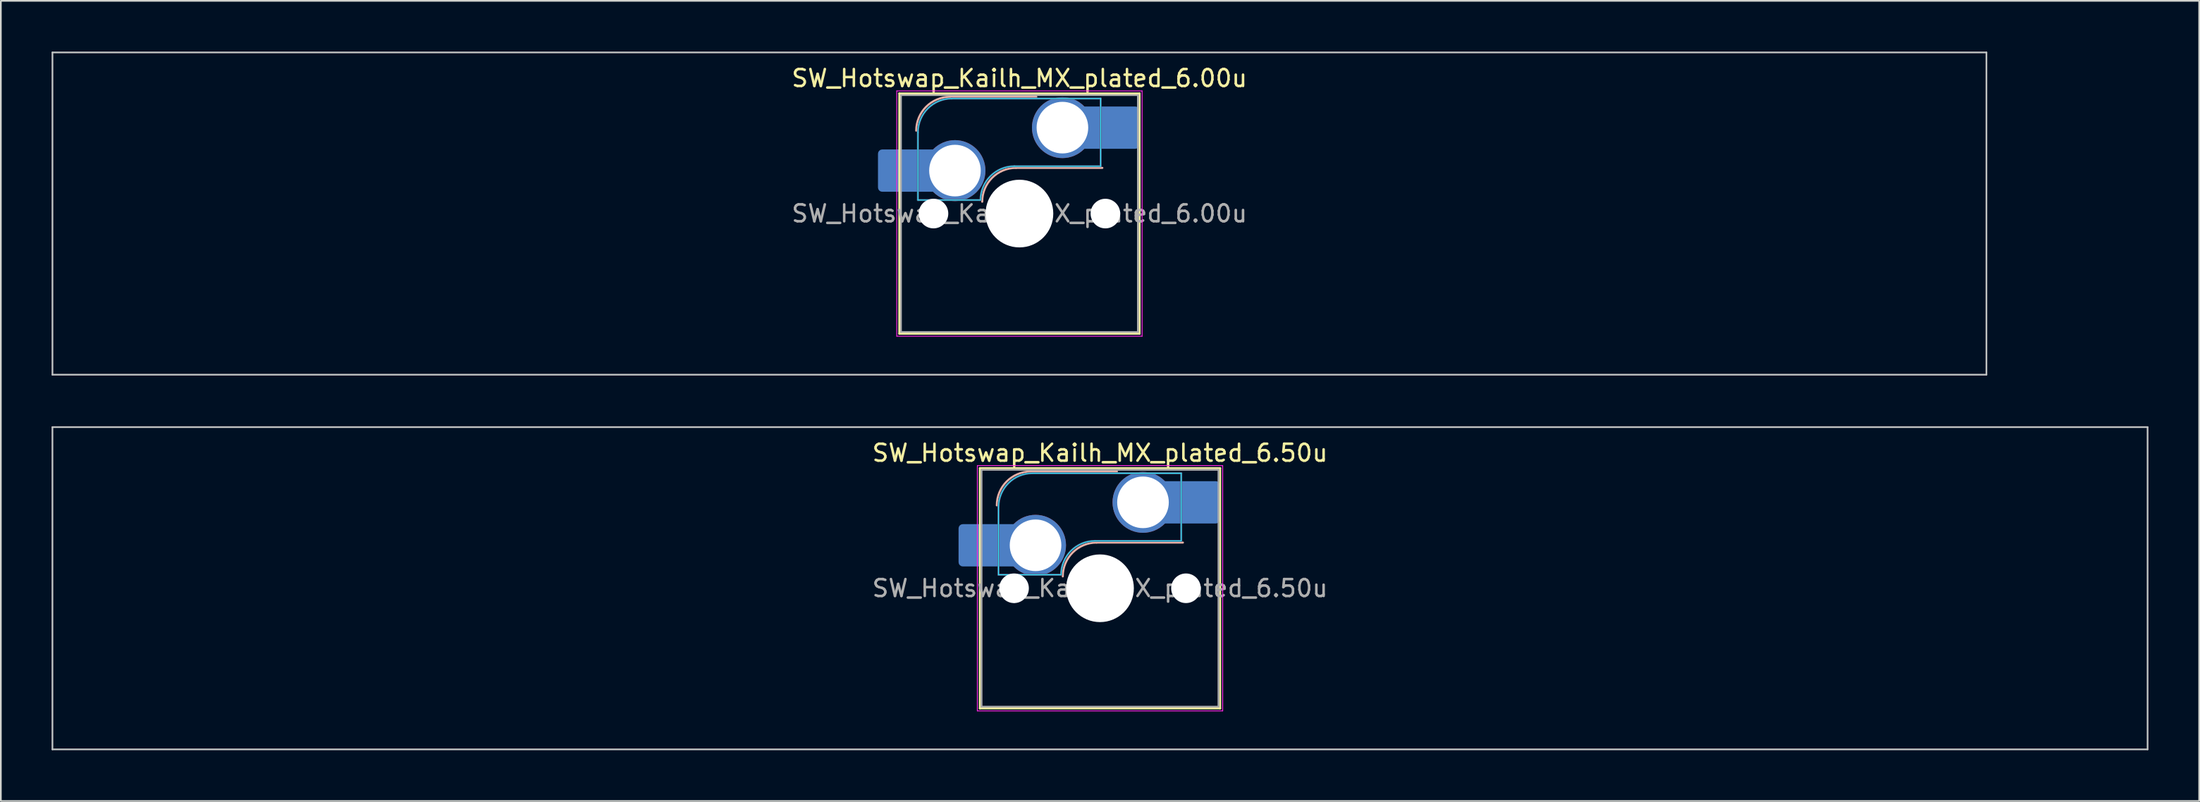
<source format=kicad_pcb>
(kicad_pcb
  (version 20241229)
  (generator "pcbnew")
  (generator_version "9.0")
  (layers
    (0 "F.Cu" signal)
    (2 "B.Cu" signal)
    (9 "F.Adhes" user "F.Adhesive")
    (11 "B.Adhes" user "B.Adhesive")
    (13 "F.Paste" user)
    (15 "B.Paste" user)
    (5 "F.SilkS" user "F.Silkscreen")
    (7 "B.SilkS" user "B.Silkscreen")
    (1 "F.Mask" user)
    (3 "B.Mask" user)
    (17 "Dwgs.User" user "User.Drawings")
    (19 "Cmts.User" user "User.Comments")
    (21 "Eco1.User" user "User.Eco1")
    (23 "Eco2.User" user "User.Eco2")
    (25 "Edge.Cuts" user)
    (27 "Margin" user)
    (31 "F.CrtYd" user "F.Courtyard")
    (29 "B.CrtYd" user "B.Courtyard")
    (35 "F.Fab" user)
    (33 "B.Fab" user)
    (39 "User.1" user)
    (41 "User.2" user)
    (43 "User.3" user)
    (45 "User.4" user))
  (footprint "SW_Hotswap_Kailh_MX_plated_6.50u"
    (layer "F.Cu")
    (at 61.962 31.725)
    (property "Reference" "SW_Hotswap_Kailh_MX_plated_6.50u" (at 0 -8 0) (layer "F.SilkS") (effects (font (size 1 1) (thickness 0.15))))
    (attr smd)
    (fp_line (start -7.1 -7.1) (end -7.1 7.1) (stroke (width 0.12) (type solid)) (layer "F.SilkS"))
    (fp_line (start -7.1 7.1) (end 7.1 7.1) (stroke (width 0.12) (type solid)) (layer "F.SilkS"))
    (fp_line (start 7.1 -7.1) (end -7.1 -7.1) (stroke (width 0.12) (type solid)) (layer "F.SilkS"))
    (fp_line (start 7.1 7.1) (end 7.1 -7.1) (stroke (width 0.12) (type solid)) (layer "F.SilkS"))
    (fp_line (start -4.1 -6.9) (end 1 -6.9) (stroke (width 0.12) (type solid)) (layer "B.SilkS"))
    (fp_line (start -0.2 -2.7) (end 4.9 -2.7) (stroke (width 0.12) (type solid)) (layer "B.SilkS"))
    (fp_arc (start -6.1 -4.9) (mid -5.514214 -6.314214) (end -4.1 -6.9) (stroke (width 0.12) (type solid)) (layer "B.SilkS"))
    (fp_arc (start -2.2 -0.7) (mid -1.614214 -2.114214) (end -0.2 -2.7) (stroke (width 0.12) (type solid)) (layer "B.SilkS"))
    (fp_line (start -61.913 -9.525) (end -61.913 9.525) (stroke (width 0.1) (type solid)) (layer "Dwgs.User"))
    (fp_line (start -61.913 9.525) (end 61.913 9.525) (stroke (width 0.1) (type solid)) (layer "Dwgs.User"))
    (fp_line (start 61.913 -9.525) (end -61.913 -9.525) (stroke (width 0.1) (type solid)) (layer "Dwgs.User"))
    (fp_line (start 61.913 9.525) (end 61.913 -9.525) (stroke (width 0.1) (type solid)) (layer "Dwgs.User"))
    (fp_line (start -7.8 -6) (end -7 -6) (stroke (width 0.1) (type solid)) (layer "Eco1.User"))
    (fp_line (start -7.8 -2.9) (end -7.8 -6) (stroke (width 0.1) (type solid)) (layer "Eco1.User"))
    (fp_line (start -7.8 2.9) (end -7 2.9) (stroke (width 0.1) (type solid)) (layer "Eco1.User"))
    (fp_line (start -7.8 6) (end -7.8 2.9) (stroke (width 0.1) (type solid)) (layer "Eco1.User"))
    (fp_line (start -7 -7) (end 7 -7) (stroke (width 0.1) (type solid)) (layer "Eco1.User"))
    (fp_line (start -7 -6) (end -7 -7) (stroke (width 0.1) (type solid)) (layer "Eco1.User"))
    (fp_line (start -7 -2.9) (end -7.8 -2.9) (stroke (width 0.1) (type solid)) (layer "Eco1.User"))
    (fp_line (start -7 2.9) (end -7 -2.9) (stroke (width 0.1) (type solid)) (layer "Eco1.User"))
    (fp_line (start -7 6) (end -7.8 6) (stroke (width 0.1) (type solid)) (layer "Eco1.User"))
    (fp_line (start -7 7) (end -7 6) (stroke (width 0.1) (type solid)) (layer "Eco1.User"))
    (fp_line (start 7 -7) (end 7 -6) (stroke (width 0.1) (type solid)) (layer "Eco1.User"))
    (fp_line (start 7 -6) (end 7.8 -6) (stroke (width 0.1) (type solid)) (layer "Eco1.User"))
    (fp_line (start 7 -2.9) (end 7 2.9) (stroke (width 0.1) (type solid)) (layer "Eco1.User"))
    (fp_line (start 7 2.9) (end 7.8 2.9) (stroke (width 0.1) (type solid)) (layer "Eco1.User"))
    (fp_line (start 7 6) (end 7 7) (stroke (width 0.1) (type solid)) (layer "Eco1.User"))
    (fp_line (start 7 7) (end -7 7) (stroke (width 0.1) (type solid)) (layer "Eco1.User"))
    (fp_line (start 7.8 -6) (end 7.8 -2.9) (stroke (width 0.1) (type solid)) (layer "Eco1.User"))
    (fp_line (start 7.8 -2.9) (end 7 -2.9) (stroke (width 0.1) (type solid)) (layer "Eco1.User"))
    (fp_line (start 7.8 2.9) (end 7.8 6) (stroke (width 0.1) (type solid)) (layer "Eco1.User"))
    (fp_line (start 7.8 6) (end 7 6) (stroke (width 0.1) (type solid)) (layer "Eco1.User"))
    (fp_line (start -6 -0.8) (end -6 -4.8) (stroke (width 0.05) (type solid)) (layer "B.CrtYd"))
    (fp_line (start -6 -0.8) (end -2.3 -0.8) (stroke (width 0.05) (type solid)) (layer "B.CrtYd"))
    (fp_line (start -4 -6.8) (end 4.8 -6.8) (stroke (width 0.05) (type solid)) (layer "B.CrtYd"))
    (fp_line (start -0.3 -2.8) (end 4.8 -2.8) (stroke (width 0.05) (type solid)) (layer "B.CrtYd"))
    (fp_line (start 4.8 -6.8) (end 4.8 -2.8) (stroke (width 0.05) (type solid)) (layer "B.CrtYd"))
    (fp_arc (start -6 -4.8) (mid -5.414214 -6.214214) (end -4 -6.8) (stroke (width 0.05) (type solid)) (layer "B.CrtYd"))
    (fp_arc (start -2.3 -0.8) (mid -1.714214 -2.214214) (end -0.3 -2.8) (stroke (width 0.05) (type solid)) (layer "B.CrtYd"))
    (fp_line (start -7.25 -7.25) (end -7.25 7.25) (stroke (width 0.05) (type solid)) (layer "F.CrtYd"))
    (fp_line (start -7.25 7.25) (end 7.25 7.25) (stroke (width 0.05) (type solid)) (layer "F.CrtYd"))
    (fp_line (start 7.25 -7.25) (end -7.25 -7.25) (stroke (width 0.05) (type solid)) (layer "F.CrtYd"))
    (fp_line (start 7.25 7.25) (end 7.25 -7.25) (stroke (width 0.05) (type solid)) (layer "F.CrtYd"))
    (fp_line (start -6 -0.8) (end -6 -4.8) (stroke (width 0.12) (type solid)) (layer "B.Fab"))
    (fp_line (start -6 -0.8) (end -2.3 -0.8) (stroke (width 0.12) (type solid)) (layer "B.Fab"))
    (fp_line (start -4 -6.8) (end 4.8 -6.8) (stroke (width 0.12) (type solid)) (layer "B.Fab"))
    (fp_line (start -0.3 -2.8) (end 4.8 -2.8) (stroke (width 0.12) (type solid)) (layer "B.Fab"))
    (fp_line (start 4.8 -6.8) (end 4.8 -2.8) (stroke (width 0.12) (type solid)) (layer "B.Fab"))
    (fp_arc (start -6 -4.8) (mid -5.414214 -6.214214) (end -4 -6.8) (stroke (width 0.12) (type solid)) (layer "B.Fab"))
    (fp_arc (start -2.3 -0.8) (mid -1.714214 -2.214214) (end -0.3 -2.8) (stroke (width 0.12) (type solid)) (layer "B.Fab"))
    (fp_line (start -7 -7) (end -7 7) (stroke (width 0.1) (type solid)) (layer "F.Fab"))
    (fp_line (start -7 7) (end 7 7) (stroke (width 0.1) (type solid)) (layer "F.Fab"))
    (fp_line (start 7 -7) (end -7 -7) (stroke (width 0.1) (type solid)) (layer "F.Fab"))
    (fp_line (start 7 7) (end 7 -7) (stroke (width 0.1) (type solid)) (layer "F.Fab"))
    (fp_text user "${REFERENCE}" (at 0 0 0) (layer "F.Fab") (effects (font (size 1 1) (thickness 0.15))))
    (pad "" smd roundrect (at -7.085 -2.54) (size 2.55 2.5) (layers "B.Mask" "B.Paste") (roundrect_rratio 0.1))
    (pad "" np_thru_hole circle (at -5.08 0) (size 1.75 1.75) (drill 1.75) (layers "*.Cu" "*.Mask"))
    (pad "" smd circle (at -3.81 -2.54) (size 3.1 3.1) (layers "F.Mask"))
    (pad "" np_thru_hole circle (at 0 0) (size 4 4) (drill 4) (layers "*.Cu" "*.Mask"))
    (pad "" smd circle (at 2.54 -5.08) (size 3.1 3.1) (layers "F.Mask"))
    (pad "" np_thru_hole circle (at 5.08 0) (size 1.75 1.75) (drill 1.75) (layers "*.Cu" "*.Mask"))
    (pad "" smd roundrect (at 5.842 -5.08) (size 2.55 2.5) (layers "B.Mask" "B.Paste") (roundrect_rratio 0.1))
    (pad "1" smd roundrect (at -6.585 -2.54) (size 3.55 2.5) (layers "B.Cu") (roundrect_rratio 0.1))
    (pad "1" thru_hole circle (at -3.81 -2.54) (size 3.6 3.6) (drill 3.05) (layers "*.Cu" "B.Mask"))
    (pad "2" thru_hole circle (at 2.54 -5.08) (size 3.6 3.6) (drill 3.05) (layers "*.Cu" "B.Mask"))
    (pad "2" smd roundrect (at 5.32 -5.08) (size 3.55 2.5) (layers "B.Cu") (roundrect_rratio 0.1)))
  (footprint "SW_Hotswap_Kailh_MX_plated_6.00u"
    (layer "F.Cu")
    (at 57.2 9.575)
    (property "Reference" "SW_Hotswap_Kailh_MX_plated_6.00u" (at 0 -8 0) (layer "F.SilkS") (effects (font (size 1 1) (thickness 0.15))))
    (attr smd)
    (fp_line (start -7.1 -7.1) (end -7.1 7.1) (stroke (width 0.12) (type solid)) (layer "F.SilkS"))
    (fp_line (start -7.1 7.1) (end 7.1 7.1) (stroke (width 0.12) (type solid)) (layer "F.SilkS"))
    (fp_line (start 7.1 -7.1) (end -7.1 -7.1) (stroke (width 0.12) (type solid)) (layer "F.SilkS"))
    (fp_line (start 7.1 7.1) (end 7.1 -7.1) (stroke (width 0.12) (type solid)) (layer "F.SilkS"))
    (fp_line (start -4.1 -6.9) (end 1 -6.9) (stroke (width 0.12) (type solid)) (layer "B.SilkS"))
    (fp_line (start -0.2 -2.7) (end 4.9 -2.7) (stroke (width 0.12) (type solid)) (layer "B.SilkS"))
    (fp_arc (start -6.1 -4.9) (mid -5.514214 -6.314214) (end -4.1 -6.9) (stroke (width 0.12) (type solid)) (layer "B.SilkS"))
    (fp_arc (start -2.2 -0.7) (mid -1.614214 -2.114214) (end -0.2 -2.7) (stroke (width 0.12) (type solid)) (layer "B.SilkS"))
    (fp_line (start -57.15 -9.525) (end -57.15 9.525) (stroke (width 0.1) (type solid)) (layer "Dwgs.User"))
    (fp_line (start -57.15 9.525) (end 57.15 9.525) (stroke (width 0.1) (type solid)) (layer "Dwgs.User"))
    (fp_line (start 57.15 -9.525) (end -57.15 -9.525) (stroke (width 0.1) (type solid)) (layer "Dwgs.User"))
    (fp_line (start 57.15 9.525) (end 57.15 -9.525) (stroke (width 0.1) (type solid)) (layer "Dwgs.User"))
    (fp_line (start -7.8 -6) (end -7 -6) (stroke (width 0.1) (type solid)) (layer "Eco1.User"))
    (fp_line (start -7.8 -2.9) (end -7.8 -6) (stroke (width 0.1) (type solid)) (layer "Eco1.User"))
    (fp_line (start -7.8 2.9) (end -7 2.9) (stroke (width 0.1) (type solid)) (layer "Eco1.User"))
    (fp_line (start -7.8 6) (end -7.8 2.9) (stroke (width 0.1) (type solid)) (layer "Eco1.User"))
    (fp_line (start -7 -7) (end 7 -7) (stroke (width 0.1) (type solid)) (layer "Eco1.User"))
    (fp_line (start -7 -6) (end -7 -7) (stroke (width 0.1) (type solid)) (layer "Eco1.User"))
    (fp_line (start -7 -2.9) (end -7.8 -2.9) (stroke (width 0.1) (type solid)) (layer "Eco1.User"))
    (fp_line (start -7 2.9) (end -7 -2.9) (stroke (width 0.1) (type solid)) (layer "Eco1.User"))
    (fp_line (start -7 6) (end -7.8 6) (stroke (width 0.1) (type solid)) (layer "Eco1.User"))
    (fp_line (start -7 7) (end -7 6) (stroke (width 0.1) (type solid)) (layer "Eco1.User"))
    (fp_line (start 7 -7) (end 7 -6) (stroke (width 0.1) (type solid)) (layer "Eco1.User"))
    (fp_line (start 7 -6) (end 7.8 -6) (stroke (width 0.1) (type solid)) (layer "Eco1.User"))
    (fp_line (start 7 -2.9) (end 7 2.9) (stroke (width 0.1) (type solid)) (layer "Eco1.User"))
    (fp_line (start 7 2.9) (end 7.8 2.9) (stroke (width 0.1) (type solid)) (layer "Eco1.User"))
    (fp_line (start 7 6) (end 7 7) (stroke (width 0.1) (type solid)) (layer "Eco1.User"))
    (fp_line (start 7 7) (end -7 7) (stroke (width 0.1) (type solid)) (layer "Eco1.User"))
    (fp_line (start 7.8 -6) (end 7.8 -2.9) (stroke (width 0.1) (type solid)) (layer "Eco1.User"))
    (fp_line (start 7.8 -2.9) (end 7 -2.9) (stroke (width 0.1) (type solid)) (layer "Eco1.User"))
    (fp_line (start 7.8 2.9) (end 7.8 6) (stroke (width 0.1) (type solid)) (layer "Eco1.User"))
    (fp_line (start 7.8 6) (end 7 6) (stroke (width 0.1) (type solid)) (layer "Eco1.User"))
    (fp_line (start -6 -0.8) (end -6 -4.8) (stroke (width 0.05) (type solid)) (layer "B.CrtYd"))
    (fp_line (start -6 -0.8) (end -2.3 -0.8) (stroke (width 0.05) (type solid)) (layer "B.CrtYd"))
    (fp_line (start -4 -6.8) (end 4.8 -6.8) (stroke (width 0.05) (type solid)) (layer "B.CrtYd"))
    (fp_line (start -0.3 -2.8) (end 4.8 -2.8) (stroke (width 0.05) (type solid)) (layer "B.CrtYd"))
    (fp_line (start 4.8 -6.8) (end 4.8 -2.8) (stroke (width 0.05) (type solid)) (layer "B.CrtYd"))
    (fp_arc (start -6 -4.8) (mid -5.414214 -6.214214) (end -4 -6.8) (stroke (width 0.05) (type solid)) (layer "B.CrtYd"))
    (fp_arc (start -2.3 -0.8) (mid -1.714214 -2.214214) (end -0.3 -2.8) (stroke (width 0.05) (type solid)) (layer "B.CrtYd"))
    (fp_line (start -7.25 -7.25) (end -7.25 7.25) (stroke (width 0.05) (type solid)) (layer "F.CrtYd"))
    (fp_line (start -7.25 7.25) (end 7.25 7.25) (stroke (width 0.05) (type solid)) (layer "F.CrtYd"))
    (fp_line (start 7.25 -7.25) (end -7.25 -7.25) (stroke (width 0.05) (type solid)) (layer "F.CrtYd"))
    (fp_line (start 7.25 7.25) (end 7.25 -7.25) (stroke (width 0.05) (type solid)) (layer "F.CrtYd"))
    (fp_line (start -6 -0.8) (end -6 -4.8) (stroke (width 0.12) (type solid)) (layer "B.Fab"))
    (fp_line (start -6 -0.8) (end -2.3 -0.8) (stroke (width 0.12) (type solid)) (layer "B.Fab"))
    (fp_line (start -4 -6.8) (end 4.8 -6.8) (stroke (width 0.12) (type solid)) (layer "B.Fab"))
    (fp_line (start -0.3 -2.8) (end 4.8 -2.8) (stroke (width 0.12) (type solid)) (layer "B.Fab"))
    (fp_line (start 4.8 -6.8) (end 4.8 -2.8) (stroke (width 0.12) (type solid)) (layer "B.Fab"))
    (fp_arc (start -6 -4.8) (mid -5.414214 -6.214214) (end -4 -6.8) (stroke (width 0.12) (type solid)) (layer "B.Fab"))
    (fp_arc (start -2.3 -0.8) (mid -1.714214 -2.214214) (end -0.3 -2.8) (stroke (width 0.12) (type solid)) (layer "B.Fab"))
    (fp_line (start -7 -7) (end -7 7) (stroke (width 0.1) (type solid)) (layer "F.Fab"))
    (fp_line (start -7 7) (end 7 7) (stroke (width 0.1) (type solid)) (layer "F.Fab"))
    (fp_line (start 7 -7) (end -7 -7) (stroke (width 0.1) (type solid)) (layer "F.Fab"))
    (fp_line (start 7 7) (end 7 -7) (stroke (width 0.1) (type solid)) (layer "F.Fab"))
    (fp_text user "${REFERENCE}" (at 0 0 0) (layer "F.Fab") (effects (font (size 1 1) (thickness 0.15))))
    (pad "" smd roundrect (at -7.085 -2.54) (size 2.55 2.5) (layers "B.Mask" "B.Paste") (roundrect_rratio 0.1))
    (pad "" np_thru_hole circle (at -5.08 0) (size 1.75 1.75) (drill 1.75) (layers "*.Cu" "*.Mask"))
    (pad "" smd circle (at -3.81 -2.54) (size 3.1 3.1) (layers "F.Mask"))
    (pad "" np_thru_hole circle (at 0 0) (size 4 4) (drill 4) (layers "*.Cu" "*.Mask"))
    (pad "" smd circle (at 2.54 -5.08) (size 3.1 3.1) (layers "F.Mask"))
    (pad "" np_thru_hole circle (at 5.08 0) (size 1.75 1.75) (drill 1.75) (layers "*.Cu" "*.Mask"))
    (pad "" smd roundrect (at 5.842 -5.08) (size 2.55 2.5) (layers "B.Mask" "B.Paste") (roundrect_rratio 0.1))
    (pad "1" smd roundrect (at -6.585 -2.54) (size 3.55 2.5) (layers "B.Cu") (roundrect_rratio 0.1))
    (pad "1" thru_hole circle (at -3.81 -2.54) (size 3.6 3.6) (drill 3.05) (layers "*.Cu" "B.Mask"))
    (pad "2" thru_hole circle (at 2.54 -5.08) (size 3.6 3.6) (drill 3.05) (layers "*.Cu" "B.Mask"))
    (pad "2" smd roundrect (at 5.32 -5.08) (size 3.55 2.5) (layers "B.Cu") (roundrect_rratio 0.1)))
  (gr_rect
    (start -3 -3)
    (end 126.925 44.3)
    (stroke (width 0.1) (type default))
    (fill no)
    (layer "Edge.Cuts")))
</source>
